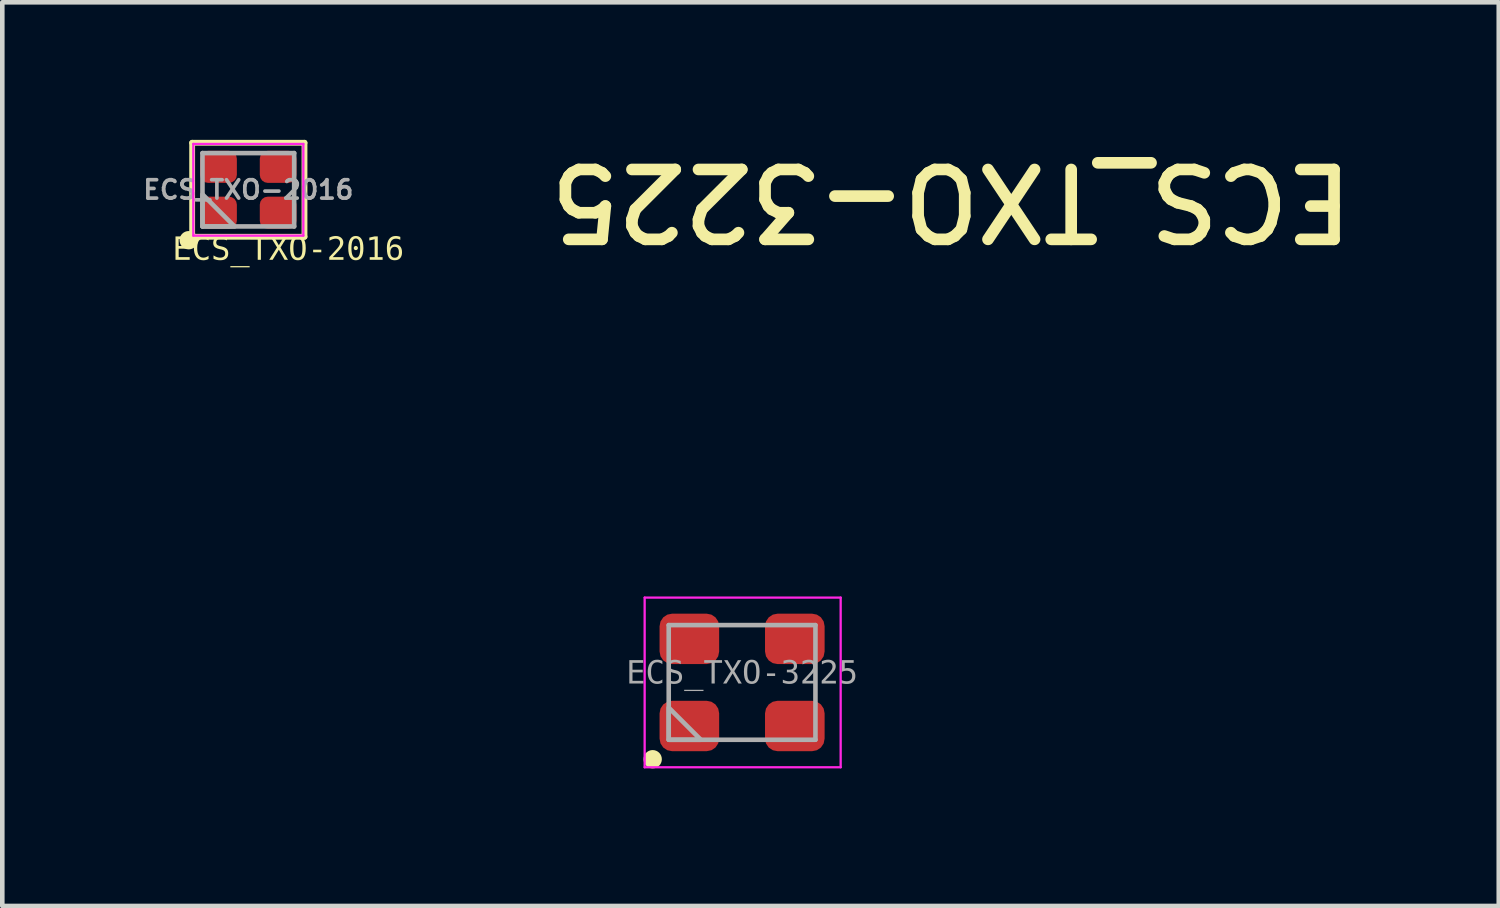
<source format=kicad_pcb>
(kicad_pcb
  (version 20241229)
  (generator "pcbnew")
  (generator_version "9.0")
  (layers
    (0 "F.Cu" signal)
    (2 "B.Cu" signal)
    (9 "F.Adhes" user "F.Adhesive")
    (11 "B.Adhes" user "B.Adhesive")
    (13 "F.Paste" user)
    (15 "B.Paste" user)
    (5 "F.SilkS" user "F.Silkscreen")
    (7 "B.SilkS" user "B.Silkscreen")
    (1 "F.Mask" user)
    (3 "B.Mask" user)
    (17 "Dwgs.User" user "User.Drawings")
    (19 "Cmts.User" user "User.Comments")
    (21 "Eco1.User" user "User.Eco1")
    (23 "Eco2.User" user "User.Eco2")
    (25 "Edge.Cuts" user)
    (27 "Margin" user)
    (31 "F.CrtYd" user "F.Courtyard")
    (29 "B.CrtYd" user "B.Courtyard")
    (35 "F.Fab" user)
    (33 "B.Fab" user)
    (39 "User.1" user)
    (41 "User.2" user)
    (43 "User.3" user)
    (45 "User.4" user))
  (footprint "ECS_TXO-3225"
    (layer "F.Cu")
    (at 13.135 11.834)
    (property "Reference" "ECS_TXO-3225" (at 4.565 -10.496 180) (unlocked yes) (layer "F.SilkS") (effects (font (size 1.524 1.524) (thickness 0.254))))
    (fp_circle (center -1.95 1.675) (end -1.95 1.775) (stroke (width 0.2) (type solid)) (fill no) (layer "F.SilkS"))
    (fp_line (start -2.125 -1.85) (end -2.125 1.85) (stroke (width 0.05) (type solid)) (layer "F.CrtYd"))
    (fp_line (start 2.15 -1.85) (end -2.125 -1.85) (stroke (width 0.05) (type solid)) (layer "F.CrtYd"))
    (fp_line (start 2.15 -1.85) (end 2.15 1.85) (stroke (width 0.05) (type solid)) (layer "F.CrtYd"))
    (fp_line (start 2.15 1.85) (end -2.125 1.85) (stroke (width 0.05) (type solid)) (layer "F.CrtYd"))
    (fp_line (start -1.6 -1.25) (end -1.6 1.25) (stroke (width 0.1) (type solid)) (layer "F.Fab"))
    (fp_line (start 1.6 -1.25) (end -1.6 -1.25) (stroke (width 0.1) (type solid)) (layer "F.Fab"))
    (fp_line (start 1.6 -1.25) (end 1.6 1.25) (stroke (width 0.1) (type solid)) (layer "F.Fab"))
    (fp_line (start 1.6 1.25) (end -1.6 1.25) (stroke (width 0.1) (type solid)) (layer "F.Fab"))
    (fp_poly (pts (xy -0.9 1.25) (xy -1.6 0.55) (xy -1.6 1.25)) (stroke (width 0.1) (type default)) (fill no) (layer "F.Fab"))
    (fp_line (start 0 -0.3) (end 0 0.3) (stroke (width 0.1) (type solid)) (layer "User.1"))
    (fp_line (start 0.3 0) (end -0.3 0) (stroke (width 0.1) (type solid)) (layer "User.1"))
    (fp_text user "${REFERENCE}" (at 0 -0.184 0) (unlocked yes) (layer "F.Fab") (effects (font (face "Consolas") (size 0.5 0.5) (thickness 0.254))))
    (pad "1" smd roundrect (at -1.15 0.95) (size 1.3 1.1) (layers "F.Cu" "F.Mask" "F.Paste") (roundrect_rratio 0.25))
    (pad "2" smd roundrect (at 1.15 0.95 180) (size 1.3 1.1) (layers "F.Cu" "F.Mask" "F.Paste") (roundrect_rratio 0.25))
    (pad "3" smd roundrect (at 1.15 -0.95 180) (size 1.3 1.1) (layers "F.Cu" "F.Mask" "F.Paste") (roundrect_rratio 0.25))
    (pad "4" smd roundrect (at -1.15 -0.95) (size 1.3 1.1) (layers "F.Cu" "F.Mask" "F.Paste") (roundrect_rratio 0.25)))
  (footprint "ECS_TXO-2016"
    (layer "F.Cu")
    (at 2.366 1.089)
    (property "Reference" "ECS_TXO-2016" (at 0.871 1.32 0) (unlocked yes) (layer "F.SilkS") (effects (font (face "Consolas") (size 0.5 0.5) (thickness 0.125))))
    (attr smd)
    (fp_line (start -1.225 -1.025) (end -1.225 1.025) (stroke (width 0.127) (type solid)) (layer "F.SilkS"))
    (fp_line (start 1.225 -1.025) (end -1.225 -1.025) (stroke (width 0.127) (type solid)) (layer "F.SilkS"))
    (fp_line (start 1.225 -1.025) (end 1.225 1.025) (stroke (width 0.127) (type solid)) (layer "F.SilkS"))
    (fp_line (start 1.225 1.025) (end -1.225 1.025) (stroke (width 0.127) (type solid)) (layer "F.SilkS"))
    (fp_circle (center -1.3 1.1) (end -1.3 1.2) (stroke (width 0.2) (type solid)) (fill no) (layer "F.SilkS"))
    (fp_line (start -1.2 -1) (end -1.2 1) (stroke (width 0.05) (type solid)) (layer "F.CrtYd"))
    (fp_line (start 1.2 -1) (end -1.2 -1) (stroke (width 0.05) (type solid)) (layer "F.CrtYd"))
    (fp_line (start 1.2 -1) (end 1.2 1) (stroke (width 0.05) (type solid)) (layer "F.CrtYd"))
    (fp_line (start 1.2 1) (end -1.2 1) (stroke (width 0.05) (type solid)) (layer "F.CrtYd"))
    (fp_line (start -1 -0.8) (end -1 0.8) (stroke (width 0.1) (type solid)) (layer "F.Fab"))
    (fp_line (start 1 -0.8) (end -1 -0.8) (stroke (width 0.1) (type solid)) (layer "F.Fab"))
    (fp_line (start 1 -0.8) (end 1 0.8) (stroke (width 0.1) (type solid)) (layer "F.Fab"))
    (fp_line (start 1 0.8) (end -1 0.8) (stroke (width 0.1) (type solid)) (layer "F.Fab"))
    (fp_poly (pts (xy -0.3 0.8) (xy -1 0.1) (xy -1 0.8)) (stroke (width 0.1) (type default)) (fill no) (layer "F.Fab"))
    (fp_text user "${REFERENCE}" (at 0 0 0) (unlocked yes) (layer "F.Fab") (effects (font (size 0.4 0.4) (thickness 0.08) (bold yes))))
    (pad "1" smd roundrect (at -0.65 0.5) (size 0.8 0.7) (layers "F.Cu" "F.Mask" "F.Paste") (roundrect_rratio 0.25))
    (pad "2" smd roundrect (at 0.65 0.5 180) (size 0.8 0.7) (layers "F.Cu" "F.Mask" "F.Paste") (roundrect_rratio 0.25))
    (pad "3" smd roundrect (at 0.65 -0.5 180) (size 0.8 0.7) (layers "F.Cu" "F.Mask" "F.Paste") (roundrect_rratio 0.25))
    (pad "4" smd roundrect (at -0.65 -0.5) (size 0.8 0.7) (layers "F.Cu" "F.Mask" "F.Paste") (roundrect_rratio 0.25)))
  (gr_rect
    (start -3 -3)
    (end 29.638 16.709)
    (stroke (width 0.1) (type default))
    (fill no)
    (layer "Edge.Cuts")))
</source>
